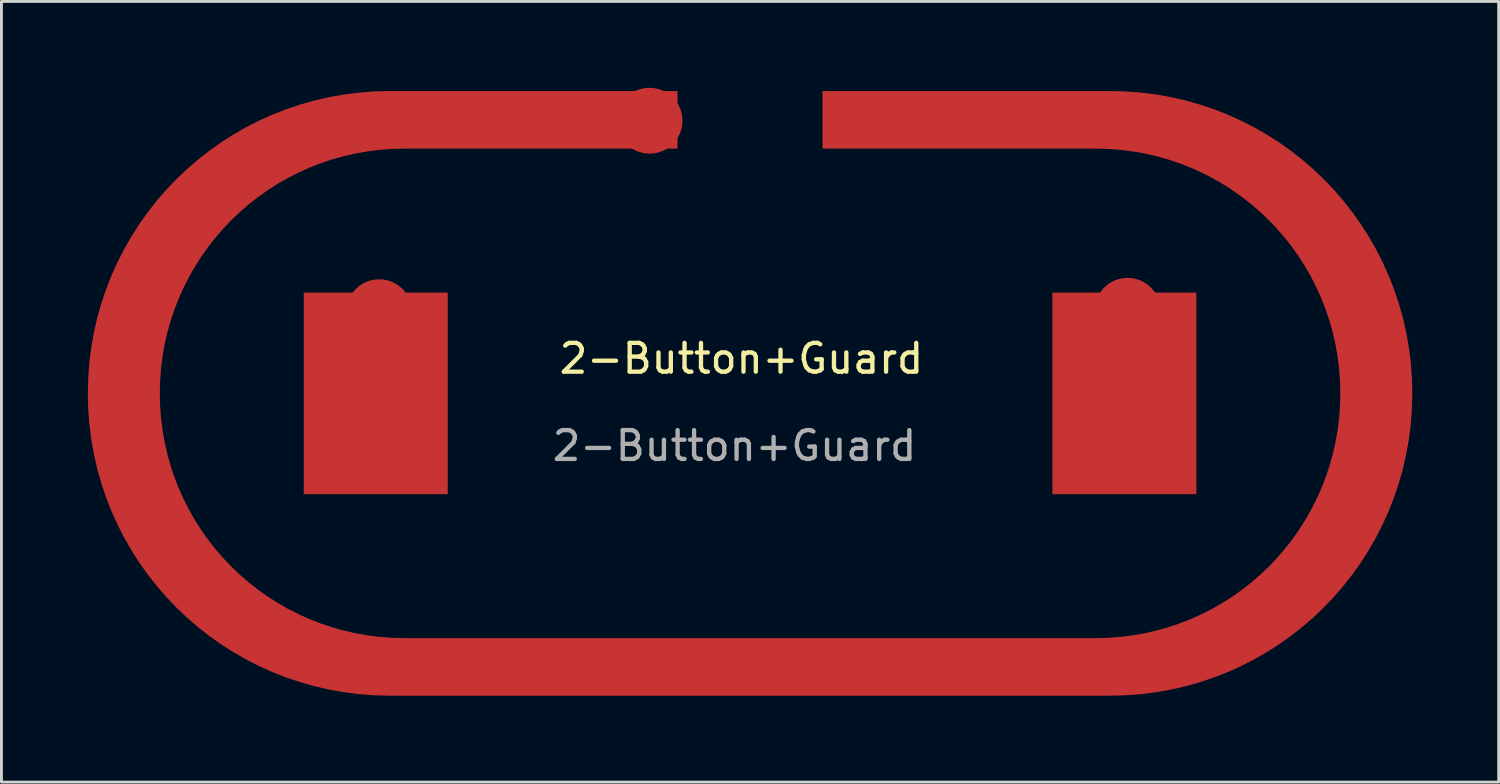
<source format=kicad_pcb>
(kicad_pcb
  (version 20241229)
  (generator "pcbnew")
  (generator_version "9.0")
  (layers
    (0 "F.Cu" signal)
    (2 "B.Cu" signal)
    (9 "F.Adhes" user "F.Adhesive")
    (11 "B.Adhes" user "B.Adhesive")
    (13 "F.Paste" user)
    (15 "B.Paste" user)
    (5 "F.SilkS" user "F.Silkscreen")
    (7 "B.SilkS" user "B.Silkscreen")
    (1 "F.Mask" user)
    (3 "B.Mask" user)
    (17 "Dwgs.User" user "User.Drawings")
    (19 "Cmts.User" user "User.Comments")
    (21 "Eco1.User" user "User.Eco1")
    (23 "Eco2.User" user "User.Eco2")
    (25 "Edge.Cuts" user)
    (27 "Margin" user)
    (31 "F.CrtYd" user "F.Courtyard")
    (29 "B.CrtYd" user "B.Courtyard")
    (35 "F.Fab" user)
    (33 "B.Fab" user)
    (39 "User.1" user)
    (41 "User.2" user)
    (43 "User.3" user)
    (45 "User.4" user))
  (footprint "2-Button+Guard"
    (layer "F.Cu")
    (at 22.97 10.573)
    (property "Reference" "2-Button+Guard" (at -0.27 -1.17 0) (unlocked yes) (layer "F.SilkS") (effects (font (size 1 1) (thickness 0.15))))
    (attr smd)
    (fp_poly (pts (xy -10.47 3.539) (xy -15.47 3.539) (xy -15.47 -3.461) (xy -10.47 -3.461)) (stroke (width 0) (type solid)) (fill yes) (layer "F.Cu"))
    (fp_poly (pts (xy 15.53 3.539) (xy 10.53 3.539) (xy 10.53 -3.461) (xy 15.53 -3.461)) (stroke (width 0) (type solid)) (fill yes) (layer "F.Cu"))
    (fp_poly (pts (xy -2.489 -8.461) (xy -11.97 -8.461) (xy -12.409 -8.45) (xy -12.841 -8.418) (xy -13.268 -8.364) (xy -13.687 -8.289) (xy -14.099 -8.195) (xy -14.503 -8.081) (xy -14.898 -7.947) (xy -15.285 -7.795) (xy -15.661 -7.626) (xy -16.028 -7.438) (xy -16.384 -7.234) (xy -16.729 -7.014) (xy -17.062 -6.777) (xy -17.383 -6.525) (xy -17.691 -6.258) (xy -17.986 -5.977) (xy -18.267 -5.682) (xy -18.534 -5.374) (xy -18.786 -5.053) (xy -19.022 -4.72) (xy -19.243 -4.375) (xy -19.447 -4.019) (xy -19.634 -3.653) (xy -19.804 -3.276) (xy -19.956 -2.89) (xy -20.089 -2.494) (xy -20.203 -2.091) (xy -20.298 -1.679) (xy -20.372 -1.259) (xy -20.426 -0.833) (xy -20.459 -0.4) (xy -20.47 0.039) (xy -20.459 0.477) (xy -20.426 0.91) (xy -20.372 1.336) (xy -20.298 1.756) (xy -20.203 2.168) (xy -20.089 2.572) (xy -19.956 2.967) (xy -19.804 3.353) (xy -19.634 3.73) (xy -19.447 4.097) (xy -19.243 4.453) (xy -19.022 4.797) (xy -18.786 5.131) (xy -18.534 5.451) (xy -18.267 5.76) (xy -17.986 6.054) (xy -17.691 6.336) (xy -17.383 6.602) (xy -17.062 6.854) (xy -16.729 7.091) (xy -16.384 7.311) (xy -16.028 7.516) (xy -15.661 7.703) (xy -15.285 7.873) (xy -14.898 8.024) (xy -14.503 8.158) (xy -14.099 8.272) (xy -13.687 8.367) (xy -13.268 8.441) (xy -12.841 8.495) (xy -12.409 8.528) (xy -11.97 8.539) (xy 12.03 8.539) (xy 12.469 8.528) (xy 12.901 8.495) (xy 13.328 8.441) (xy 13.747 8.367) (xy 14.159 8.272) (xy 14.563 8.158) (xy 14.958 8.024) (xy 15.345 7.873) (xy 15.721 7.703) (xy 16.088 7.516) (xy 16.444 7.311) (xy 16.789 7.091) (xy 17.122 6.854) (xy 17.443 6.602) (xy 17.751 6.336) (xy 18.046 6.054) (xy 18.327 5.76) (xy 18.594 5.451) (xy 18.846 5.131) (xy 19.082 4.797) (xy 19.303 4.453) (xy 19.507 4.097) (xy 19.694 3.73) (xy 19.864 3.353) (xy 20.016 2.967) (xy 20.149 2.572) (xy 20.263 2.168) (xy 20.358 1.756) (xy 20.432 1.336) (xy 20.486 0.91) (xy 20.519 0.477) (xy 20.53 0.039) (xy 20.519 -0.4) (xy 20.486 -0.833) (xy 20.432 -1.259) (xy 20.358 -1.679) (xy 20.263 -2.091) (xy 20.149 -2.494) (xy 20.016 -2.89) (xy 19.864 -3.276) (xy 19.694 -3.653) (xy 19.507 -4.019) (xy 19.303 -4.375) (xy 19.082 -4.72) (xy 18.846 -5.053) (xy 18.594 -5.374) (xy 18.327 -5.682) (xy 18.046 -5.977) (xy 17.751 -6.258) (xy 17.443 -6.525) (xy 17.122 -6.777) (xy 16.789 -7.014) (xy 16.444 -7.234) (xy 16.088 -7.438) (xy 15.721 -7.626) (xy 15.345 -7.795) (xy 14.958 -7.947) (xy 14.563 -8.081) (xy 14.159 -8.195) (xy 13.747 -8.289) (xy 13.328 -8.364) (xy 12.901 -8.418) (xy 12.469 -8.45) (xy 12.03 -8.461) (xy 2.546 -8.461) (xy 2.546 -10.461) (xy 12.53 -10.461) (xy 13.072 -10.448) (xy 13.607 -10.407) (xy 14.133 -10.341) (xy 14.651 -10.249) (xy 15.16 -10.132) (xy 15.659 -9.991) (xy 16.147 -9.826) (xy 16.625 -9.639) (xy 17.09 -9.429) (xy 17.543 -9.198) (xy 17.983 -8.945) (xy 18.409 -8.673) (xy 18.82 -8.381) (xy 19.216 -8.07) (xy 19.597 -7.74) (xy 19.961 -7.393) (xy 20.309 -7.029) (xy 20.638 -6.648) (xy 20.949 -6.251) (xy 21.242 -5.84) (xy 21.514 -5.414) (xy 21.766 -4.974) (xy 21.998 -4.521) (xy 22.207 -4.056) (xy 22.395 -3.579) (xy 22.559 -3.09) (xy 22.701 -2.592) (xy 22.817 -2.083) (xy 22.909 -1.565) (xy 22.976 -1.038) (xy 23.016 -0.503) (xy 23.03 0.039) (xy 23.016 0.581) (xy 22.976 1.115) (xy 22.909 1.642) (xy 22.817 2.16) (xy 22.701 2.669) (xy 22.559 3.168) (xy 22.395 3.656) (xy 22.207 4.133) (xy 21.998 4.599) (xy 21.766 5.052) (xy 21.514 5.491) (xy 21.242 5.917) (xy 20.949 6.329) (xy 20.638 6.725) (xy 20.309 7.106) (xy 19.961 7.47) (xy 19.597 7.817) (xy 19.216 8.147) (xy 18.82 8.458) (xy 18.409 8.75) (xy 17.983 9.023) (xy 17.543 9.275) (xy 17.09 9.506) (xy 16.625 9.716) (xy 16.147 9.903) (xy 15.659 10.068) (xy 15.16 10.209) (xy 14.651 10.326) (xy 14.133 10.418) (xy 13.607 10.485) (xy 13.072 10.525) (xy 12.53 10.539) (xy -12.47 10.539) (xy -13.012 10.525) (xy -13.547 10.485) (xy -14.073 10.418) (xy -14.591 10.326) (xy -15.1 10.209) (xy -15.599 10.068) (xy -16.087 9.903) (xy -16.565 9.716) (xy -17.03 9.506) (xy -17.483 9.275) (xy -17.923 9.023) (xy -18.349 8.75) (xy -18.76 8.458) (xy -19.156 8.147) (xy -19.537 7.817) (xy -19.901 7.47) (xy -20.249 7.106) (xy -20.578 6.725) (xy -20.889 6.329) (xy -21.182 5.917) (xy -21.454 5.491) (xy -21.706 5.052) (xy -21.938 4.599) (xy -22.147 4.133) (xy -22.335 3.656) (xy -22.499 3.168) (xy -22.641 2.669) (xy -22.757 2.16) (xy -22.849 1.642) (xy -22.916 1.115) (xy -22.956 0.581) (xy -22.97 0.039) (xy -22.956 -0.503) (xy -22.916 -1.038) (xy -22.849 -1.565) (xy -22.757 -2.083) (xy -22.641 -2.592) (xy -22.499 -3.09) (xy -22.335 -3.579) (xy -22.147 -4.056) (xy -21.938 -4.521) (xy -21.706 -4.974) (xy -21.454 -5.414) (xy -21.182 -5.84) (xy -20.889 -6.251) (xy -20.578 -6.648) (xy -20.249 -7.029) (xy -19.901 -7.393) (xy -19.537 -7.74) (xy -19.156 -8.07) (xy -18.76 -8.381) (xy -18.349 -8.673) (xy -17.923 -8.945) (xy -17.483 -9.198) (xy -17.03 -9.429) (xy -16.565 -9.639) (xy -16.087 -9.826) (xy -15.599 -9.991) (xy -15.1 -10.132) (xy -14.591 -10.249) (xy -14.073 -10.341) (xy -13.547 -10.407) (xy -13.012 -10.448) (xy -12.47 -10.461) (xy -2.489 -10.461)) (stroke (width 0) (type solid)) (fill yes) (layer "F.Cu"))
    (fp_text user "${REFERENCE}" (at -0.51 1.86 0) (unlocked yes) (layer "F.Fab") (effects (font (size 1 1) (thickness 0.15))))
    (pad "1" smd circle (at -3.46 -9.43) (size 2.286 2.286) (layers "F.Cu"))
    (pad "2" smd circle (at -12.85 -2.78) (size 2.286 2.286) (layers "F.Cu"))
    (pad "3" smd circle (at 13.14 -2.83) (size 2.286 2.286) (layers "F.Cu")))
  (gr_rect
    (start -3 -3)
    (end 49 24.112)
    (stroke (width 0.1) (type default))
    (fill no)
    (layer "Edge.Cuts")))
</source>
